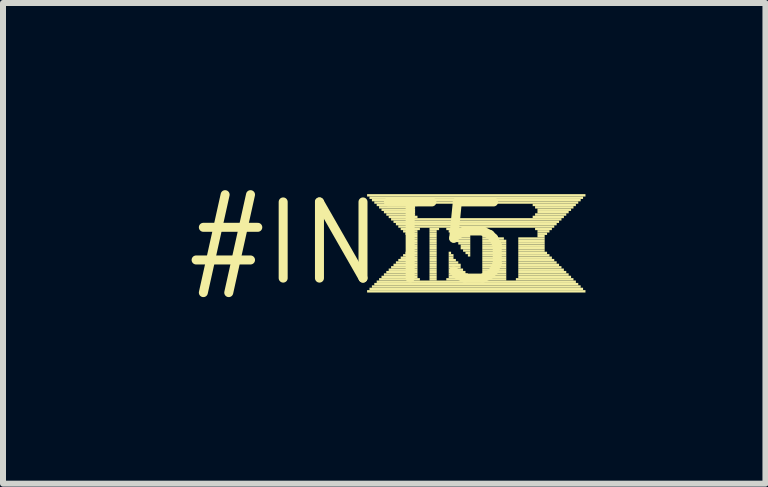
<source format=kicad_pcb>
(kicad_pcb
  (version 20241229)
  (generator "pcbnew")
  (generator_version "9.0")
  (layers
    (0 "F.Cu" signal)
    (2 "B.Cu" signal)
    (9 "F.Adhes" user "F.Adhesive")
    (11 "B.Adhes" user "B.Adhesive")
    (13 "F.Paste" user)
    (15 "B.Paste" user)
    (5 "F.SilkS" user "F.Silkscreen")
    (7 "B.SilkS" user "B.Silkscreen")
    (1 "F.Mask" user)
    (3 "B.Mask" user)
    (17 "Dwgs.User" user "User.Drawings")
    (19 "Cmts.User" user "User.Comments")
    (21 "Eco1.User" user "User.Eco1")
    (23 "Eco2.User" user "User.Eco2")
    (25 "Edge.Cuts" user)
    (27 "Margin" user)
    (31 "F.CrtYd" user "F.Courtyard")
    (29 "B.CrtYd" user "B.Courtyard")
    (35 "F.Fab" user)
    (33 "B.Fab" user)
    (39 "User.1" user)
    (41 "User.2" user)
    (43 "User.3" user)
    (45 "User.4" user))
  (footprint "#INT5"
    (layer "F.Cu")
    (at 2.789 1.006)
    (property "Reference" "#INT5" (at 0 0 0) (layer "F.SilkS") (effects (font (size 1.27 1.27) (thickness 0.15))))
    (fp_poly (pts (xy 0.28 -0.78) (xy 3.92 -0.78) (xy 3.92 -0.82) (xy 0.28 -0.82)) (stroke (width 0) (type default)) (fill yes) (layer "F.SilkS"))
    (fp_poly (pts (xy 0.28 0.82) (xy 3.92 0.82) (xy 3.92 0.78) (xy 0.28 0.78)) (stroke (width 0) (type default)) (fill yes) (layer "F.SilkS"))
    (fp_poly (pts (xy 0.32 -0.74) (xy 3.88 -0.74) (xy 3.88 -0.78) (xy 0.32 -0.78)) (stroke (width 0) (type default)) (fill yes) (layer "F.SilkS"))
    (fp_poly (pts (xy 0.32 0.78) (xy 3.88 0.78) (xy 3.88 0.74) (xy 0.32 0.74)) (stroke (width 0) (type default)) (fill yes) (layer "F.SilkS"))
    (fp_poly (pts (xy 0.36 -0.7) (xy 3.84 -0.7) (xy 3.84 -0.74) (xy 0.36 -0.74)) (stroke (width 0) (type default)) (fill yes) (layer "F.SilkS"))
    (fp_poly (pts (xy 0.36 0.74) (xy 3.84 0.74) (xy 3.84 0.7) (xy 0.36 0.7)) (stroke (width 0) (type default)) (fill yes) (layer "F.SilkS"))
    (fp_poly (pts (xy 0.4 -0.66) (xy 3.8 -0.66) (xy 3.8 -0.7) (xy 0.4 -0.7)) (stroke (width 0) (type default)) (fill yes) (layer "F.SilkS"))
    (fp_poly (pts (xy 0.4 0.7) (xy 3.8 0.7) (xy 3.8 0.66) (xy 0.4 0.66)) (stroke (width 0) (type default)) (fill yes) (layer "F.SilkS"))
    (fp_poly (pts (xy 0.44 -0.62) (xy 1.12 -0.62) (xy 1.12 -0.66) (xy 0.44 -0.66)) (stroke (width 0) (type default)) (fill yes) (layer "F.SilkS"))
    (fp_poly (pts (xy 0.44 0.66) (xy 3.76 0.66) (xy 3.76 0.62) (xy 0.44 0.62)) (stroke (width 0) (type default)) (fill yes) (layer "F.SilkS"))
    (fp_poly (pts (xy 0.48 -0.58) (xy 1.08 -0.58) (xy 1.08 -0.62) (xy 0.48 -0.62)) (stroke (width 0) (type default)) (fill yes) (layer "F.SilkS"))
    (fp_poly (pts (xy 0.48 0.62) (xy 1.16 0.62) (xy 1.16 0.58) (xy 0.48 0.58)) (stroke (width 0) (type default)) (fill yes) (layer "F.SilkS"))
    (fp_poly (pts (xy 0.52 -0.54) (xy 1.08 -0.54) (xy 1.08 -0.58) (xy 0.52 -0.58)) (stroke (width 0) (type default)) (fill yes) (layer "F.SilkS"))
    (fp_poly (pts (xy 0.52 0.58) (xy 1.12 0.58) (xy 1.12 0.54) (xy 0.52 0.54)) (stroke (width 0) (type default)) (fill yes) (layer "F.SilkS"))
    (fp_poly (pts (xy 0.56 -0.5) (xy 1.08 -0.5) (xy 1.08 -0.54) (xy 0.56 -0.54)) (stroke (width 0) (type default)) (fill yes) (layer "F.SilkS"))
    (fp_poly (pts (xy 0.56 0.54) (xy 1.12 0.54) (xy 1.12 0.5) (xy 0.56 0.5)) (stroke (width 0) (type default)) (fill yes) (layer "F.SilkS"))
    (fp_poly (pts (xy 0.6 -0.46) (xy 1.08 -0.46) (xy 1.08 -0.5) (xy 0.6 -0.5)) (stroke (width 0) (type default)) (fill yes) (layer "F.SilkS"))
    (fp_poly (pts (xy 0.6 0.5) (xy 1.12 0.5) (xy 1.12 0.46) (xy 0.6 0.46)) (stroke (width 0) (type default)) (fill yes) (layer "F.SilkS"))
    (fp_poly (pts (xy 0.64 -0.42) (xy 1.12 -0.42) (xy 1.12 -0.46) (xy 0.64 -0.46)) (stroke (width 0) (type default)) (fill yes) (layer "F.SilkS"))
    (fp_poly (pts (xy 0.64 0.46) (xy 1.12 0.46) (xy 1.12 0.42) (xy 0.64 0.42)) (stroke (width 0) (type default)) (fill yes) (layer "F.SilkS"))
    (fp_poly (pts (xy 0.68 -0.38) (xy 3.52 -0.38) (xy 3.52 -0.42) (xy 0.68 -0.42)) (stroke (width 0) (type default)) (fill yes) (layer "F.SilkS"))
    (fp_poly (pts (xy 0.68 0.42) (xy 1.12 0.42) (xy 1.12 0.38) (xy 0.68 0.38)) (stroke (width 0) (type default)) (fill yes) (layer "F.SilkS"))
    (fp_poly (pts (xy 0.72 -0.34) (xy 3.48 -0.34) (xy 3.48 -0.38) (xy 0.72 -0.38)) (stroke (width 0) (type default)) (fill yes) (layer "F.SilkS"))
    (fp_poly (pts (xy 0.72 0.38) (xy 1.12 0.38) (xy 1.12 0.34) (xy 0.72 0.34)) (stroke (width 0) (type default)) (fill yes) (layer "F.SilkS"))
    (fp_poly (pts (xy 0.76 -0.3) (xy 3.44 -0.3) (xy 3.44 -0.34) (xy 0.76 -0.34)) (stroke (width 0) (type default)) (fill yes) (layer "F.SilkS"))
    (fp_poly (pts (xy 0.76 0.34) (xy 1.12 0.34) (xy 1.12 0.3) (xy 0.76 0.3)) (stroke (width 0) (type default)) (fill yes) (layer "F.SilkS"))
    (fp_poly (pts (xy 0.8 -0.26) (xy 3.4 -0.26) (xy 3.4 -0.3) (xy 0.8 -0.3)) (stroke (width 0) (type default)) (fill yes) (layer "F.SilkS"))
    (fp_poly (pts (xy 0.8 0.3) (xy 1.12 0.3) (xy 1.12 0.26) (xy 0.8 0.26)) (stroke (width 0) (type default)) (fill yes) (layer "F.SilkS"))
    (fp_poly (pts (xy 0.84 -0.22) (xy 1.16 -0.22) (xy 1.16 -0.26) (xy 0.84 -0.26)) (stroke (width 0) (type default)) (fill yes) (layer "F.SilkS"))
    (fp_poly (pts (xy 0.84 0.26) (xy 1.12 0.26) (xy 1.12 0.22) (xy 0.84 0.22)) (stroke (width 0) (type default)) (fill yes) (layer "F.SilkS"))
    (fp_poly (pts (xy 0.88 -0.18) (xy 1.12 -0.18) (xy 1.12 -0.22) (xy 0.88 -0.22)) (stroke (width 0) (type default)) (fill yes) (layer "F.SilkS"))
    (fp_poly (pts (xy 0.88 0.22) (xy 1.12 0.22) (xy 1.12 0.18) (xy 0.88 0.18)) (stroke (width 0) (type default)) (fill yes) (layer "F.SilkS"))
    (fp_poly (pts (xy 0.92 -0.14) (xy 1.12 -0.14) (xy 1.12 -0.18) (xy 0.92 -0.18)) (stroke (width 0) (type default)) (fill yes) (layer "F.SilkS"))
    (fp_poly (pts (xy 0.92 0.18) (xy 1.12 0.18) (xy 1.12 0.14) (xy 0.92 0.14)) (stroke (width 0) (type default)) (fill yes) (layer "F.SilkS"))
    (fp_poly (pts (xy 0.96 -0.1) (xy 1.12 -0.1) (xy 1.12 -0.14) (xy 0.96 -0.14)) (stroke (width 0) (type default)) (fill yes) (layer "F.SilkS"))
    (fp_poly (pts (xy 0.96 -0.06) (xy 1.12 -0.06) (xy 1.12 -0.1) (xy 0.96 -0.1)) (stroke (width 0) (type default)) (fill yes) (layer "F.SilkS"))
    (fp_poly (pts (xy 0.96 -0.02) (xy 1.12 -0.02) (xy 1.12 -0.06) (xy 0.96 -0.06)) (stroke (width 0) (type default)) (fill yes) (layer "F.SilkS"))
    (fp_poly (pts (xy 0.96 0.02) (xy 1.12 0.02) (xy 1.12 -0.02) (xy 0.96 -0.02)) (stroke (width 0) (type default)) (fill yes) (layer "F.SilkS"))
    (fp_poly (pts (xy 0.96 0.06) (xy 1.12 0.06) (xy 1.12 0.02) (xy 0.96 0.02)) (stroke (width 0) (type default)) (fill yes) (layer "F.SilkS"))
    (fp_poly (pts (xy 0.96 0.1) (xy 1.12 0.1) (xy 1.12 0.06) (xy 0.96 0.06)) (stroke (width 0) (type default)) (fill yes) (layer "F.SilkS"))
    (fp_poly (pts (xy 0.96 0.14) (xy 1.12 0.14) (xy 1.12 0.1) (xy 0.96 0.1)) (stroke (width 0) (type default)) (fill yes) (layer "F.SilkS"))
    (fp_poly (pts (xy 1.32 -0.22) (xy 1.48 -0.22) (xy 1.48 -0.26) (xy 1.32 -0.26)) (stroke (width 0) (type default)) (fill yes) (layer "F.SilkS"))
    (fp_poly (pts (xy 1.32 -0.18) (xy 1.44 -0.18) (xy 1.44 -0.22) (xy 1.32 -0.22)) (stroke (width 0) (type default)) (fill yes) (layer "F.SilkS"))
    (fp_poly (pts (xy 1.32 -0.14) (xy 1.44 -0.14) (xy 1.44 -0.18) (xy 1.32 -0.18)) (stroke (width 0) (type default)) (fill yes) (layer "F.SilkS"))
    (fp_poly (pts (xy 1.32 -0.1) (xy 1.44 -0.1) (xy 1.44 -0.14) (xy 1.32 -0.14)) (stroke (width 0) (type default)) (fill yes) (layer "F.SilkS"))
    (fp_poly (pts (xy 1.32 -0.06) (xy 1.44 -0.06) (xy 1.44 -0.1) (xy 1.32 -0.1)) (stroke (width 0) (type default)) (fill yes) (layer "F.SilkS"))
    (fp_poly (pts (xy 1.32 -0.02) (xy 1.44 -0.02) (xy 1.44 -0.06) (xy 1.32 -0.06)) (stroke (width 0) (type default)) (fill yes) (layer "F.SilkS"))
    (fp_poly (pts (xy 1.32 0.02) (xy 1.44 0.02) (xy 1.44 -0.02) (xy 1.32 -0.02)) (stroke (width 0) (type default)) (fill yes) (layer "F.SilkS"))
    (fp_poly (pts (xy 1.32 0.06) (xy 1.44 0.06) (xy 1.44 0.02) (xy 1.32 0.02)) (stroke (width 0) (type default)) (fill yes) (layer "F.SilkS"))
    (fp_poly (pts (xy 1.32 0.1) (xy 1.44 0.1) (xy 1.44 0.06) (xy 1.32 0.06)) (stroke (width 0) (type default)) (fill yes) (layer "F.SilkS"))
    (fp_poly (pts (xy 1.32 0.14) (xy 1.44 0.14) (xy 1.44 0.1) (xy 1.32 0.1)) (stroke (width 0) (type default)) (fill yes) (layer "F.SilkS"))
    (fp_poly (pts (xy 1.32 0.18) (xy 1.44 0.18) (xy 1.44 0.14) (xy 1.32 0.14)) (stroke (width 0) (type default)) (fill yes) (layer "F.SilkS"))
    (fp_poly (pts (xy 1.32 0.22) (xy 1.44 0.22) (xy 1.44 0.18) (xy 1.32 0.18)) (stroke (width 0) (type default)) (fill yes) (layer "F.SilkS"))
    (fp_poly (pts (xy 1.32 0.26) (xy 1.44 0.26) (xy 1.44 0.22) (xy 1.32 0.22)) (stroke (width 0) (type default)) (fill yes) (layer "F.SilkS"))
    (fp_poly (pts (xy 1.32 0.3) (xy 1.44 0.3) (xy 1.44 0.26) (xy 1.32 0.26)) (stroke (width 0) (type default)) (fill yes) (layer "F.SilkS"))
    (fp_poly (pts (xy 1.32 0.34) (xy 1.44 0.34) (xy 1.44 0.3) (xy 1.32 0.3)) (stroke (width 0) (type default)) (fill yes) (layer "F.SilkS"))
    (fp_poly (pts (xy 1.32 0.38) (xy 1.44 0.38) (xy 1.44 0.34) (xy 1.32 0.34)) (stroke (width 0) (type default)) (fill yes) (layer "F.SilkS"))
    (fp_poly (pts (xy 1.32 0.42) (xy 1.44 0.42) (xy 1.44 0.38) (xy 1.32 0.38)) (stroke (width 0) (type default)) (fill yes) (layer "F.SilkS"))
    (fp_poly (pts (xy 1.32 0.46) (xy 1.44 0.46) (xy 1.44 0.42) (xy 1.32 0.42)) (stroke (width 0) (type default)) (fill yes) (layer "F.SilkS"))
    (fp_poly (pts (xy 1.32 0.5) (xy 1.44 0.5) (xy 1.44 0.46) (xy 1.32 0.46)) (stroke (width 0) (type default)) (fill yes) (layer "F.SilkS"))
    (fp_poly (pts (xy 1.32 0.54) (xy 1.44 0.54) (xy 1.44 0.5) (xy 1.32 0.5)) (stroke (width 0) (type default)) (fill yes) (layer "F.SilkS"))
    (fp_poly (pts (xy 1.32 0.58) (xy 1.44 0.58) (xy 1.44 0.54) (xy 1.32 0.54)) (stroke (width 0) (type default)) (fill yes) (layer "F.SilkS"))
    (fp_poly (pts (xy 1.32 0.62) (xy 1.44 0.62) (xy 1.44 0.58) (xy 1.32 0.58)) (stroke (width 0) (type default)) (fill yes) (layer "F.SilkS"))
    (fp_poly (pts (xy 1.6 -0.22) (xy 2 -0.22) (xy 2 -0.26) (xy 1.6 -0.26)) (stroke (width 0) (type default)) (fill yes) (layer "F.SilkS"))
    (fp_poly (pts (xy 1.6 0.62) (xy 2 0.62) (xy 2 0.58) (xy 1.6 0.58)) (stroke (width 0) (type default)) (fill yes) (layer "F.SilkS"))
    (fp_poly (pts (xy 1.64 -0.18) (xy 2 -0.18) (xy 2 -0.22) (xy 1.64 -0.22)) (stroke (width 0) (type default)) (fill yes) (layer "F.SilkS"))
    (fp_poly (pts (xy 1.64 0.18) (xy 1.68 0.18) (xy 1.68 0.14) (xy 1.64 0.14)) (stroke (width 0) (type default)) (fill yes) (layer "F.SilkS"))
    (fp_poly (pts (xy 1.64 0.22) (xy 1.72 0.22) (xy 1.72 0.18) (xy 1.64 0.18)) (stroke (width 0) (type default)) (fill yes) (layer "F.SilkS"))
    (fp_poly (pts (xy 1.64 0.26) (xy 1.72 0.26) (xy 1.72 0.22) (xy 1.64 0.22)) (stroke (width 0) (type default)) (fill yes) (layer "F.SilkS"))
    (fp_poly (pts (xy 1.64 0.3) (xy 1.76 0.3) (xy 1.76 0.26) (xy 1.64 0.26)) (stroke (width 0) (type default)) (fill yes) (layer "F.SilkS"))
    (fp_poly (pts (xy 1.64 0.34) (xy 1.8 0.34) (xy 1.8 0.3) (xy 1.64 0.3)) (stroke (width 0) (type default)) (fill yes) (layer "F.SilkS"))
    (fp_poly (pts (xy 1.64 0.38) (xy 1.84 0.38) (xy 1.84 0.34) (xy 1.64 0.34)) (stroke (width 0) (type default)) (fill yes) (layer "F.SilkS"))
    (fp_poly (pts (xy 1.64 0.42) (xy 1.84 0.42) (xy 1.84 0.38) (xy 1.64 0.38)) (stroke (width 0) (type default)) (fill yes) (layer "F.SilkS"))
    (fp_poly (pts (xy 1.64 0.46) (xy 1.88 0.46) (xy 1.88 0.42) (xy 1.64 0.42)) (stroke (width 0) (type default)) (fill yes) (layer "F.SilkS"))
    (fp_poly (pts (xy 1.64 0.5) (xy 1.92 0.5) (xy 1.92 0.46) (xy 1.64 0.46)) (stroke (width 0) (type default)) (fill yes) (layer "F.SilkS"))
    (fp_poly (pts (xy 1.64 0.54) (xy 1.96 0.54) (xy 1.96 0.5) (xy 1.64 0.5)) (stroke (width 0) (type default)) (fill yes) (layer "F.SilkS"))
    (fp_poly (pts (xy 1.64 0.58) (xy 1.96 0.58) (xy 1.96 0.54) (xy 1.64 0.54)) (stroke (width 0) (type default)) (fill yes) (layer "F.SilkS"))
    (fp_poly (pts (xy 1.68 -0.14) (xy 2 -0.14) (xy 2 -0.18) (xy 1.68 -0.18)) (stroke (width 0) (type default)) (fill yes) (layer "F.SilkS"))
    (fp_poly (pts (xy 1.72 -0.1) (xy 2 -0.1) (xy 2 -0.14) (xy 1.72 -0.14)) (stroke (width 0) (type default)) (fill yes) (layer "F.SilkS"))
    (fp_poly (pts (xy 1.72 -0.06) (xy 2 -0.06) (xy 2 -0.1) (xy 1.72 -0.1)) (stroke (width 0) (type default)) (fill yes) (layer "F.SilkS"))
    (fp_poly (pts (xy 1.76 -0.02) (xy 2 -0.02) (xy 2 -0.06) (xy 1.76 -0.06)) (stroke (width 0) (type default)) (fill yes) (layer "F.SilkS"))
    (fp_poly (pts (xy 1.8 0.02) (xy 2 0.02) (xy 2 -0.02) (xy 1.8 -0.02)) (stroke (width 0) (type default)) (fill yes) (layer "F.SilkS"))
    (fp_poly (pts (xy 1.84 0.06) (xy 2 0.06) (xy 2 0.02) (xy 1.84 0.02)) (stroke (width 0) (type default)) (fill yes) (layer "F.SilkS"))
    (fp_poly (pts (xy 1.84 0.1) (xy 2 0.1) (xy 2 0.06) (xy 1.84 0.06)) (stroke (width 0) (type default)) (fill yes) (layer "F.SilkS"))
    (fp_poly (pts (xy 1.88 0.14) (xy 2 0.14) (xy 2 0.1) (xy 1.88 0.1)) (stroke (width 0) (type default)) (fill yes) (layer "F.SilkS"))
    (fp_poly (pts (xy 1.92 0.18) (xy 2 0.18) (xy 2 0.14) (xy 1.92 0.14)) (stroke (width 0) (type default)) (fill yes) (layer "F.SilkS"))
    (fp_poly (pts (xy 1.96 0.22) (xy 2 0.22) (xy 2 0.18) (xy 1.96 0.18)) (stroke (width 0) (type default)) (fill yes) (layer "F.SilkS"))
    (fp_poly (pts (xy 2.16 -0.22) (xy 2.28 -0.22) (xy 2.28 -0.26) (xy 2.16 -0.26)) (stroke (width 0) (type default)) (fill yes) (layer "F.SilkS"))
    (fp_poly (pts (xy 2.16 0.62) (xy 2.6 0.62) (xy 2.6 0.58) (xy 2.16 0.58)) (stroke (width 0) (type default)) (fill yes) (layer "F.SilkS"))
    (fp_poly (pts (xy 2.2 -0.18) (xy 2.28 -0.18) (xy 2.28 -0.22) (xy 2.2 -0.22)) (stroke (width 0) (type default)) (fill yes) (layer "F.SilkS"))
    (fp_poly (pts (xy 2.2 -0.14) (xy 2.28 -0.14) (xy 2.28 -0.18) (xy 2.2 -0.18)) (stroke (width 0) (type default)) (fill yes) (layer "F.SilkS"))
    (fp_poly (pts (xy 2.2 -0.1) (xy 2.28 -0.1) (xy 2.28 -0.14) (xy 2.2 -0.14)) (stroke (width 0) (type default)) (fill yes) (layer "F.SilkS"))
    (fp_poly (pts (xy 2.2 -0.06) (xy 2.56 -0.06) (xy 2.56 -0.1) (xy 2.2 -0.1)) (stroke (width 0) (type default)) (fill yes) (layer "F.SilkS"))
    (fp_poly (pts (xy 2.2 -0.02) (xy 2.6 -0.02) (xy 2.6 -0.06) (xy 2.2 -0.06)) (stroke (width 0) (type default)) (fill yes) (layer "F.SilkS"))
    (fp_poly (pts (xy 2.2 0.02) (xy 2.6 0.02) (xy 2.6 -0.02) (xy 2.2 -0.02)) (stroke (width 0) (type default)) (fill yes) (layer "F.SilkS"))
    (fp_poly (pts (xy 2.2 0.06) (xy 2.6 0.06) (xy 2.6 0.02) (xy 2.2 0.02)) (stroke (width 0) (type default)) (fill yes) (layer "F.SilkS"))
    (fp_poly (pts (xy 2.2 0.1) (xy 2.6 0.1) (xy 2.6 0.06) (xy 2.2 0.06)) (stroke (width 0) (type default)) (fill yes) (layer "F.SilkS"))
    (fp_poly (pts (xy 2.2 0.14) (xy 2.6 0.14) (xy 2.6 0.1) (xy 2.2 0.1)) (stroke (width 0) (type default)) (fill yes) (layer "F.SilkS"))
    (fp_poly (pts (xy 2.2 0.18) (xy 2.6 0.18) (xy 2.6 0.14) (xy 2.2 0.14)) (stroke (width 0) (type default)) (fill yes) (layer "F.SilkS"))
    (fp_poly (pts (xy 2.2 0.22) (xy 2.6 0.22) (xy 2.6 0.18) (xy 2.2 0.18)) (stroke (width 0) (type default)) (fill yes) (layer "F.SilkS"))
    (fp_poly (pts (xy 2.2 0.26) (xy 2.6 0.26) (xy 2.6 0.22) (xy 2.2 0.22)) (stroke (width 0) (type default)) (fill yes) (layer "F.SilkS"))
    (fp_poly (pts (xy 2.2 0.3) (xy 2.6 0.3) (xy 2.6 0.26) (xy 2.2 0.26)) (stroke (width 0) (type default)) (fill yes) (layer "F.SilkS"))
    (fp_poly (pts (xy 2.2 0.34) (xy 2.6 0.34) (xy 2.6 0.3) (xy 2.2 0.3)) (stroke (width 0) (type default)) (fill yes) (layer "F.SilkS"))
    (fp_poly (pts (xy 2.2 0.38) (xy 2.6 0.38) (xy 2.6 0.34) (xy 2.2 0.34)) (stroke (width 0) (type default)) (fill yes) (layer "F.SilkS"))
    (fp_poly (pts (xy 2.2 0.42) (xy 2.6 0.42) (xy 2.6 0.38) (xy 2.2 0.38)) (stroke (width 0) (type default)) (fill yes) (layer "F.SilkS"))
    (fp_poly (pts (xy 2.2 0.46) (xy 2.6 0.46) (xy 2.6 0.42) (xy 2.2 0.42)) (stroke (width 0) (type default)) (fill yes) (layer "F.SilkS"))
    (fp_poly (pts (xy 2.2 0.5) (xy 2.6 0.5) (xy 2.6 0.46) (xy 2.2 0.46)) (stroke (width 0) (type default)) (fill yes) (layer "F.SilkS"))
    (fp_poly (pts (xy 2.2 0.54) (xy 2.6 0.54) (xy 2.6 0.5) (xy 2.2 0.5)) (stroke (width 0) (type default)) (fill yes) (layer "F.SilkS"))
    (fp_poly (pts (xy 2.2 0.58) (xy 2.6 0.58) (xy 2.6 0.54) (xy 2.2 0.54)) (stroke (width 0) (type default)) (fill yes) (layer "F.SilkS"))
    (fp_poly (pts (xy 2.76 0.62) (xy 3.72 0.62) (xy 3.72 0.58) (xy 2.76 0.58)) (stroke (width 0) (type default)) (fill yes) (layer "F.SilkS"))
    (fp_poly (pts (xy 2.8 -0.06) (xy 3.24 -0.06) (xy 3.24 -0.1) (xy 2.8 -0.1)) (stroke (width 0) (type default)) (fill yes) (layer "F.SilkS"))
    (fp_poly (pts (xy 2.8 -0.02) (xy 3.24 -0.02) (xy 3.24 -0.06) (xy 2.8 -0.06)) (stroke (width 0) (type default)) (fill yes) (layer "F.SilkS"))
    (fp_poly (pts (xy 2.8 0.02) (xy 3.24 0.02) (xy 3.24 -0.02) (xy 2.8 -0.02)) (stroke (width 0) (type default)) (fill yes) (layer "F.SilkS"))
    (fp_poly (pts (xy 2.8 0.06) (xy 3.24 0.06) (xy 3.24 0.02) (xy 2.8 0.02)) (stroke (width 0) (type default)) (fill yes) (layer "F.SilkS"))
    (fp_poly (pts (xy 2.8 0.1) (xy 3.24 0.1) (xy 3.24 0.06) (xy 2.8 0.06)) (stroke (width 0) (type default)) (fill yes) (layer "F.SilkS"))
    (fp_poly (pts (xy 2.8 0.14) (xy 3.24 0.14) (xy 3.24 0.1) (xy 2.8 0.1)) (stroke (width 0) (type default)) (fill yes) (layer "F.SilkS"))
    (fp_poly (pts (xy 2.8 0.18) (xy 3.28 0.18) (xy 3.28 0.14) (xy 2.8 0.14)) (stroke (width 0) (type default)) (fill yes) (layer "F.SilkS"))
    (fp_poly (pts (xy 2.8 0.22) (xy 3.32 0.22) (xy 3.32 0.18) (xy 2.8 0.18)) (stroke (width 0) (type default)) (fill yes) (layer "F.SilkS"))
    (fp_poly (pts (xy 2.8 0.26) (xy 3.36 0.26) (xy 3.36 0.22) (xy 2.8 0.22)) (stroke (width 0) (type default)) (fill yes) (layer "F.SilkS"))
    (fp_poly (pts (xy 2.8 0.3) (xy 3.4 0.3) (xy 3.4 0.26) (xy 2.8 0.26)) (stroke (width 0) (type default)) (fill yes) (layer "F.SilkS"))
    (fp_poly (pts (xy 2.8 0.34) (xy 3.44 0.34) (xy 3.44 0.3) (xy 2.8 0.3)) (stroke (width 0) (type default)) (fill yes) (layer "F.SilkS"))
    (fp_poly (pts (xy 2.8 0.38) (xy 3.48 0.38) (xy 3.48 0.34) (xy 2.8 0.34)) (stroke (width 0) (type default)) (fill yes) (layer "F.SilkS"))
    (fp_poly (pts (xy 2.8 0.42) (xy 3.52 0.42) (xy 3.52 0.38) (xy 2.8 0.38)) (stroke (width 0) (type default)) (fill yes) (layer "F.SilkS"))
    (fp_poly (pts (xy 2.8 0.46) (xy 3.56 0.46) (xy 3.56 0.42) (xy 2.8 0.42)) (stroke (width 0) (type default)) (fill yes) (layer "F.SilkS"))
    (fp_poly (pts (xy 2.8 0.5) (xy 3.6 0.5) (xy 3.6 0.46) (xy 2.8 0.46)) (stroke (width 0) (type default)) (fill yes) (layer "F.SilkS"))
    (fp_poly (pts (xy 2.8 0.54) (xy 3.64 0.54) (xy 3.64 0.5) (xy 2.8 0.5)) (stroke (width 0) (type default)) (fill yes) (layer "F.SilkS"))
    (fp_poly (pts (xy 2.8 0.58) (xy 3.68 0.58) (xy 3.68 0.54) (xy 2.8 0.54)) (stroke (width 0) (type default)) (fill yes) (layer "F.SilkS"))
    (fp_poly (pts (xy 3.04 -0.62) (xy 3.76 -0.62) (xy 3.76 -0.66) (xy 3.04 -0.66)) (stroke (width 0) (type default)) (fill yes) (layer "F.SilkS"))
    (fp_poly (pts (xy 3.04 -0.42) (xy 3.56 -0.42) (xy 3.56 -0.46) (xy 3.04 -0.46)) (stroke (width 0) (type default)) (fill yes) (layer "F.SilkS"))
    (fp_poly (pts (xy 3.08 -0.58) (xy 3.72 -0.58) (xy 3.72 -0.62) (xy 3.08 -0.62)) (stroke (width 0) (type default)) (fill yes) (layer "F.SilkS"))
    (fp_poly (pts (xy 3.08 -0.46) (xy 3.6 -0.46) (xy 3.6 -0.5) (xy 3.08 -0.5)) (stroke (width 0) (type default)) (fill yes) (layer "F.SilkS"))
    (fp_poly (pts (xy 3.08 -0.22) (xy 3.36 -0.22) (xy 3.36 -0.26) (xy 3.08 -0.26)) (stroke (width 0) (type default)) (fill yes) (layer "F.SilkS"))
    (fp_poly (pts (xy 3.12 -0.54) (xy 3.68 -0.54) (xy 3.68 -0.58) (xy 3.12 -0.58)) (stroke (width 0) (type default)) (fill yes) (layer "F.SilkS"))
    (fp_poly (pts (xy 3.12 -0.5) (xy 3.64 -0.5) (xy 3.64 -0.54) (xy 3.12 -0.54)) (stroke (width 0) (type default)) (fill yes) (layer "F.SilkS"))
    (fp_poly (pts (xy 3.12 -0.18) (xy 3.32 -0.18) (xy 3.32 -0.22) (xy 3.12 -0.22)) (stroke (width 0) (type default)) (fill yes) (layer "F.SilkS"))
    (fp_poly (pts (xy 3.12 -0.14) (xy 3.28 -0.14) (xy 3.28 -0.18) (xy 3.12 -0.18)) (stroke (width 0) (type default)) (fill yes) (layer "F.SilkS"))
    (fp_poly (pts (xy 3.12 -0.1) (xy 3.24 -0.1) (xy 3.24 -0.14) (xy 3.12 -0.14)) (stroke (width 0) (type default)) (fill yes) (layer "F.SilkS")))
  (gr_rect
    (start -3 -3)
    (end 9.709 5.012)
    (stroke (width 0.1) (type default))
    (fill no)
    (layer "Edge.Cuts")))
</source>
